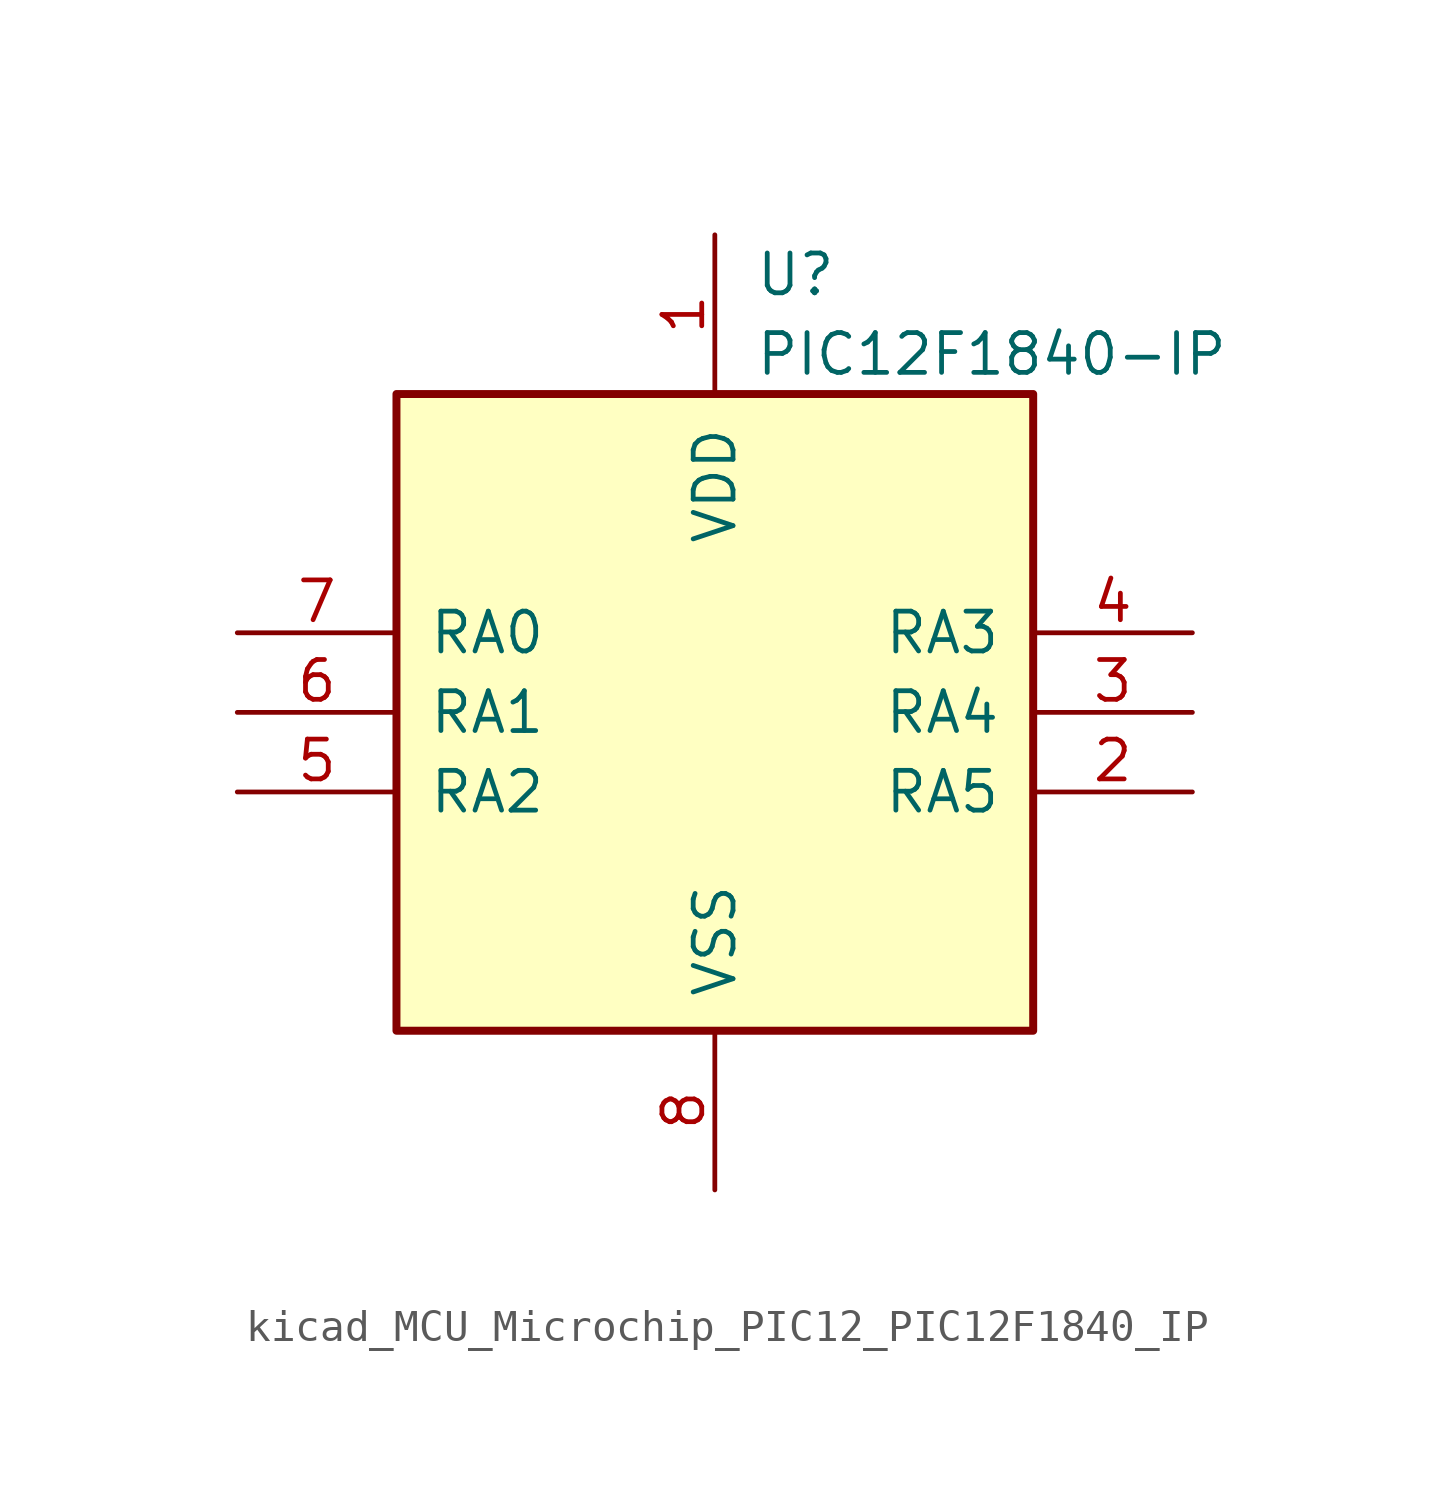
<source format=kicad_sym>
(kicad_symbol_lib
  (version 20220914)
  (generator kicad_symbol_editor)
  (symbol "kicad_MCU_Microchip_PIC12_PIC12F1840_IP"
    (pin_names
      (offset 1.016))
    (property "Reference" "U"
      (at 1.27 13.97 0)
      (effects (font (size 1.27 1.27)) (justify left)))
    (property "Value" "PIC12F1840-IP"
      (at 1.27 11.43 0)
      (effects (font (size 1.27 1.27)) (justify left)))
    (symbol "kicad_MCU_Microchip_PIC12_PIC12F1840_IP_0_1"
      (rectangle (start 10.16 -10.16) (end -10.16 10.16) (stroke (width 0.254) (type default)) (fill (type background))))
    (symbol "kicad_MCU_Microchip_PIC12_PIC12F1840_IP_1_1"
      (pin power_in line (at 0 15.24 270) (length 5.08) (name "VDD" (effects (font (size 1.27 1.27)))) (number "1" (effects (font (size 1.27 1.27)))))
      (pin bidirectional line (at 15.24 -2.54 180) (length 5.08) (name "RA5" (effects (font (size 1.27 1.27)))) (number "2" (effects (font (size 1.27 1.27)))))
      (pin bidirectional line (at 15.24 0 180) (length 5.08) (name "RA4" (effects (font (size 1.27 1.27)))) (number "3" (effects (font (size 1.27 1.27)))))
      (pin input line (at 15.24 2.54 180) (length 5.08) (name "RA3" (effects (font (size 1.27 1.27)))) (number "4" (effects (font (size 1.27 1.27)))))
      (pin bidirectional line (at -15.24 -2.54 0) (length 5.08) (name "RA2" (effects (font (size 1.27 1.27)))) (number "5" (effects (font (size 1.27 1.27)))))
      (pin bidirectional line (at -15.24 0 0) (length 5.08) (name "RA1" (effects (font (size 1.27 1.27)))) (number "6" (effects (font (size 1.27 1.27)))))
      (pin bidirectional line (at -15.24 2.54 0) (length 5.08) (name "RA0" (effects (font (size 1.27 1.27)))) (number "7" (effects (font (size 1.27 1.27)))))
      (pin power_in line (at 0 -15.24 90) (length 5.08) (name "VSS" (effects (font (size 1.27 1.27)))) (number "8" (effects (font (size 1.27 1.27))))))))
</source>
